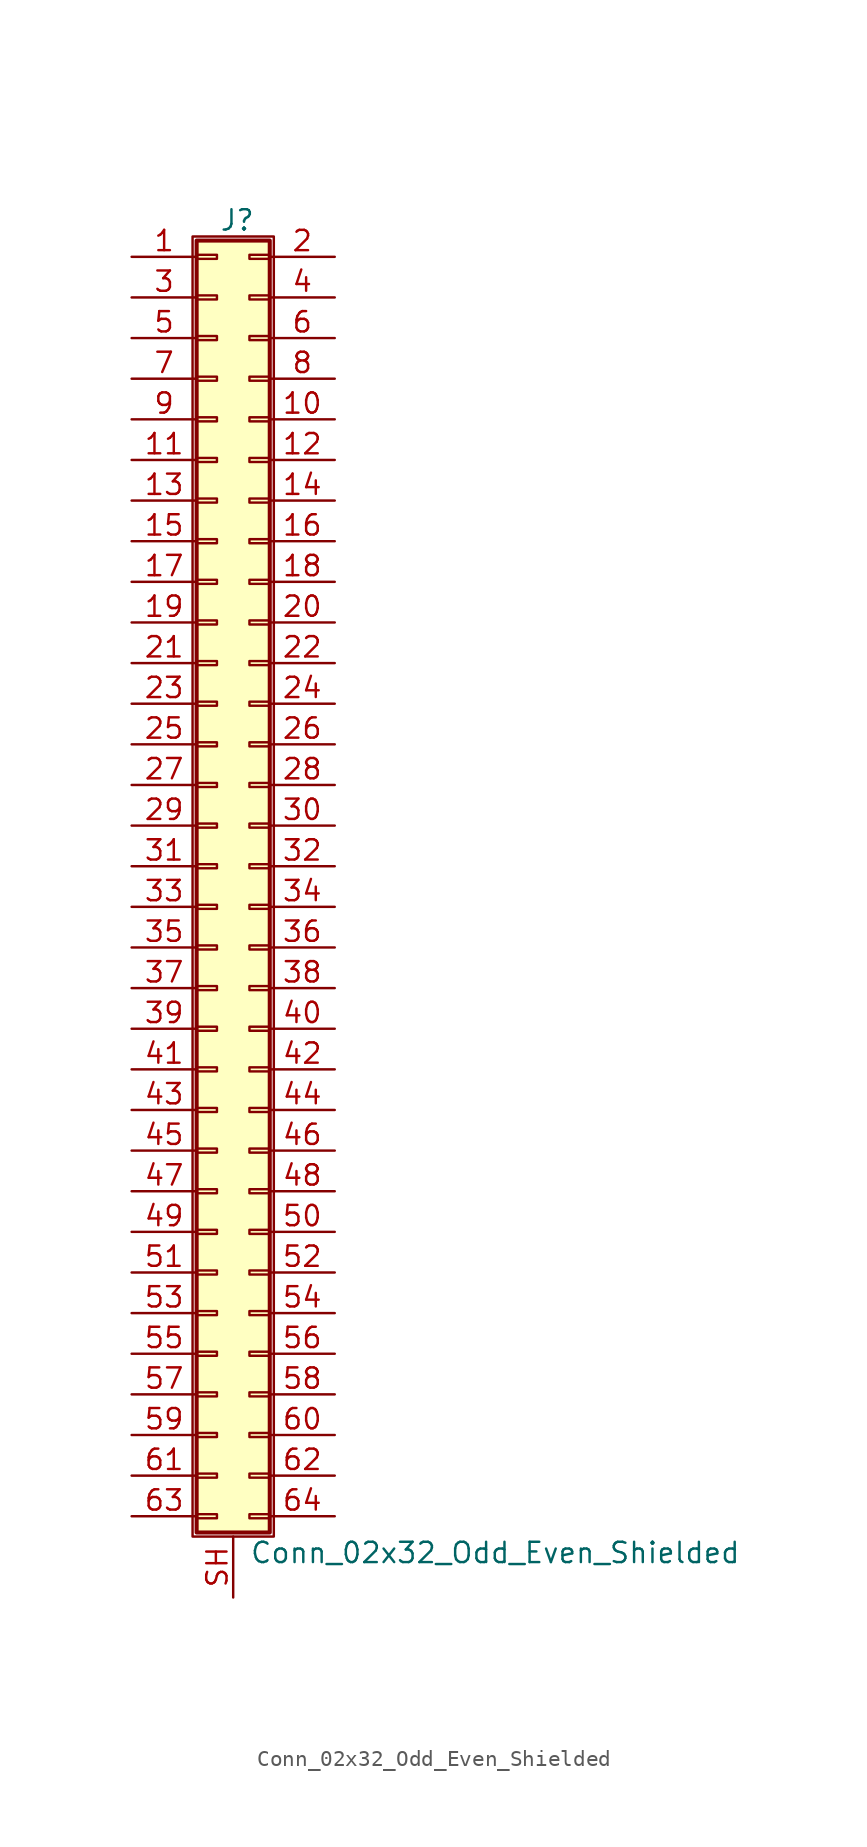
<source format=kicad_sym>
(kicad_symbol_lib
  (version 20201005)
  (generator kicad_symbol_editor)
  (symbol "Connector_Generic_Shielded:Conn_02x32_Odd_Even_Shielded"
    (pin_names
      (offset 1.016) hide)
    (property "Reference" "J"
      (at 1.524 40.386 0)
      (effects (font (size 1.27 1.27))))
    (property "Value" "Conn_02x32_Odd_Even_Shielded"
      (at 2.286 -42.926 0)
      (effects (font (size 1.27 1.27)) (justify left)))
    (symbol "Conn_02x32_Odd_Even_Shielded_1_1"
      (rectangle (start -1.016 -27.813) (end 0.254 -28.067) (stroke (width 0.152)) (fill (type none)))
      (rectangle (start -1.016 -30.353) (end 0.254 -30.607) (stroke (width 0.152)) (fill (type none)))
      (rectangle (start -1.016 -32.893) (end 0.254 -33.147) (stroke (width 0.152)) (fill (type none)))
      (rectangle (start -1.016 -35.433) (end 0.254 -35.687) (stroke (width 0.152)) (fill (type none)))
      (rectangle (start -1.016 -37.973) (end 0.254 -38.227) (stroke (width 0.152)) (fill (type none)))
      (rectangle (start -1.016 -40.513) (end 0.254 -40.767) (stroke (width 0.152)) (fill (type none)))
      (rectangle (start -1.016 -4.953) (end 0.254 -5.207) (stroke (width 0.152)) (fill (type none)))
      (rectangle (start -1.016 -7.493) (end 0.254 -7.747) (stroke (width 0.152)) (fill (type none)))
      (rectangle (start -1.016 -10.033) (end 0.254 -10.287) (stroke (width 0.152)) (fill (type none)))
      (rectangle (start -1.016 -12.573) (end 0.254 -12.827) (stroke (width 0.152)) (fill (type none)))
      (rectangle (start -1.016 -15.113) (end 0.254 -15.367) (stroke (width 0.152)) (fill (type none)))
      (rectangle (start -1.016 -17.653) (end 0.254 -17.907) (stroke (width 0.152)) (fill (type none)))
      (rectangle (start -1.016 -20.193) (end 0.254 -20.447) (stroke (width 0.152)) (fill (type none)))
      (rectangle (start -1.016 -22.733) (end 0.254 -22.987) (stroke (width 0.152)) (fill (type none)))
      (rectangle (start -1.016 -2.413) (end 0.254 -2.667) (stroke (width 0.152)) (fill (type none)))
      (rectangle (start -1.016 -25.273) (end 0.254 -25.527) (stroke (width 0.152)) (fill (type none)))
      (rectangle (start -1.016 25.527) (end 0.254 25.273) (stroke (width 0.152)) (fill (type none)))
      (rectangle (start -1.016 2.667) (end 0.254 2.413) (stroke (width 0.152)) (fill (type none)))
      (rectangle (start -1.016 28.067) (end 0.254 27.813) (stroke (width 0.152)) (fill (type none)))
      (rectangle (start -1.016 30.607) (end 0.254 30.353) (stroke (width 0.152)) (fill (type none)))
      (rectangle (start -1.016 33.147) (end 0.254 32.893) (stroke (width 0.152)) (fill (type none)))
      (rectangle (start -1.016 35.687) (end 0.254 35.433) (stroke (width 0.152)) (fill (type none)))
      (rectangle (start -1.016 38.227) (end 0.254 37.973) (stroke (width 0.152)) (fill (type none)))
      (rectangle (start -1.016 39.116) (end 3.556 -41.656) (stroke (width 0.254)) (fill (type background)))
      (rectangle (start -1.016 5.207) (end 0.254 4.953) (stroke (width 0.152)) (fill (type none)))
      (rectangle (start -1.016 7.747) (end 0.254 7.493) (stroke (width 0.152)) (fill (type none)))
      (rectangle (start -1.016 10.287) (end 0.254 10.033) (stroke (width 0.152)) (fill (type none)))
      (rectangle (start -1.016 0.127) (end 0.254 -0.127) (stroke (width 0.152)) (fill (type none)))
      (rectangle (start -1.016 12.827) (end 0.254 12.573) (stroke (width 0.152)) (fill (type none)))
      (rectangle (start -1.016 15.367) (end 0.254 15.113) (stroke (width 0.152)) (fill (type none)))
      (rectangle (start -1.016 17.907) (end 0.254 17.653) (stroke (width 0.152)) (fill (type none)))
      (rectangle (start -1.016 20.447) (end 0.254 20.193) (stroke (width 0.152)) (fill (type none)))
      (rectangle (start -1.016 22.987) (end 0.254 22.733) (stroke (width 0.152)) (fill (type none)))
      (rectangle (start -1.27 39.37) (end 3.81 -41.91) (stroke (width 0.152)) (fill (type none)))
      (rectangle (start 3.556 -27.813) (end 2.286 -28.067) (stroke (width 0.152)) (fill (type none)))
      (rectangle (start 3.556 -30.353) (end 2.286 -30.607) (stroke (width 0.152)) (fill (type none)))
      (rectangle (start 3.556 -32.893) (end 2.286 -33.147) (stroke (width 0.152)) (fill (type none)))
      (rectangle (start 3.556 -35.433) (end 2.286 -35.687) (stroke (width 0.152)) (fill (type none)))
      (rectangle (start 3.556 -37.973) (end 2.286 -38.227) (stroke (width 0.152)) (fill (type none)))
      (rectangle (start 3.556 -40.513) (end 2.286 -40.767) (stroke (width 0.152)) (fill (type none)))
      (rectangle (start 3.556 -4.953) (end 2.286 -5.207) (stroke (width 0.152)) (fill (type none)))
      (rectangle (start 3.556 -7.493) (end 2.286 -7.747) (stroke (width 0.152)) (fill (type none)))
      (rectangle (start 3.556 -10.033) (end 2.286 -10.287) (stroke (width 0.152)) (fill (type none)))
      (rectangle (start 3.556 -12.573) (end 2.286 -12.827) (stroke (width 0.152)) (fill (type none)))
      (rectangle (start 3.556 -15.113) (end 2.286 -15.367) (stroke (width 0.152)) (fill (type none)))
      (rectangle (start 3.556 -17.653) (end 2.286 -17.907) (stroke (width 0.152)) (fill (type none)))
      (rectangle (start 3.556 -20.193) (end 2.286 -20.447) (stroke (width 0.152)) (fill (type none)))
      (rectangle (start 3.556 -22.733) (end 2.286 -22.987) (stroke (width 0.152)) (fill (type none)))
      (rectangle (start 3.556 -2.413) (end 2.286 -2.667) (stroke (width 0.152)) (fill (type none)))
      (rectangle (start 3.556 -25.273) (end 2.286 -25.527) (stroke (width 0.152)) (fill (type none)))
      (rectangle (start 3.556 25.527) (end 2.286 25.273) (stroke (width 0.152)) (fill (type none)))
      (rectangle (start 3.556 2.667) (end 2.286 2.413) (stroke (width 0.152)) (fill (type none)))
      (rectangle (start 3.556 28.067) (end 2.286 27.813) (stroke (width 0.152)) (fill (type none)))
      (rectangle (start 3.556 30.607) (end 2.286 30.353) (stroke (width 0.152)) (fill (type none)))
      (rectangle (start 3.556 33.147) (end 2.286 32.893) (stroke (width 0.152)) (fill (type none)))
      (rectangle (start 3.556 35.687) (end 2.286 35.433) (stroke (width 0.152)) (fill (type none)))
      (rectangle (start 3.556 38.227) (end 2.286 37.973) (stroke (width 0.152)) (fill (type none)))
      (rectangle (start 3.556 5.207) (end 2.286 4.953) (stroke (width 0.152)) (fill (type none)))
      (rectangle (start 3.556 7.747) (end 2.286 7.493) (stroke (width 0.152)) (fill (type none)))
      (rectangle (start 3.556 10.287) (end 2.286 10.033) (stroke (width 0.152)) (fill (type none)))
      (rectangle (start 3.556 0.127) (end 2.286 -0.127) (stroke (width 0.152)) (fill (type none)))
      (rectangle (start 3.556 12.827) (end 2.286 12.573) (stroke (width 0.152)) (fill (type none)))
      (rectangle (start 3.556 15.367) (end 2.286 15.113) (stroke (width 0.152)) (fill (type none)))
      (rectangle (start 3.556 17.907) (end 2.286 17.653) (stroke (width 0.152)) (fill (type none)))
      (rectangle (start 3.556 20.447) (end 2.286 20.193) (stroke (width 0.152)) (fill (type none)))
      (rectangle (start 3.556 22.987) (end 2.286 22.733) (stroke (width 0.152)) (fill (type none)))
      (pin passive line (at -5.08 38.1 0) (length 4.064) (name "Pin_1" (effects (font (size 1.27 1.27)))) (number "1" (effects (font (size 1.27 1.27)))))
      (pin passive line (at 7.62 27.94 180) (length 4.064) (name "Pin_10" (effects (font (size 1.27 1.27)))) (number "10" (effects (font (size 1.27 1.27)))))
      (pin passive line (at -5.08 25.4 0) (length 4.064) (name "Pin_11" (effects (font (size 1.27 1.27)))) (number "11" (effects (font (size 1.27 1.27)))))
      (pin passive line (at 7.62 25.4 180) (length 4.064) (name "Pin_12" (effects (font (size 1.27 1.27)))) (number "12" (effects (font (size 1.27 1.27)))))
      (pin passive line (at -5.08 22.86 0) (length 4.064) (name "Pin_13" (effects (font (size 1.27 1.27)))) (number "13" (effects (font (size 1.27 1.27)))))
      (pin passive line (at 7.62 22.86 180) (length 4.064) (name "Pin_14" (effects (font (size 1.27 1.27)))) (number "14" (effects (font (size 1.27 1.27)))))
      (pin passive line (at -5.08 20.32 0) (length 4.064) (name "Pin_15" (effects (font (size 1.27 1.27)))) (number "15" (effects (font (size 1.27 1.27)))))
      (pin passive line (at 7.62 20.32 180) (length 4.064) (name "Pin_16" (effects (font (size 1.27 1.27)))) (number "16" (effects (font (size 1.27 1.27)))))
      (pin passive line (at -5.08 17.78 0) (length 4.064) (name "Pin_17" (effects (font (size 1.27 1.27)))) (number "17" (effects (font (size 1.27 1.27)))))
      (pin passive line (at 7.62 17.78 180) (length 4.064) (name "Pin_18" (effects (font (size 1.27 1.27)))) (number "18" (effects (font (size 1.27 1.27)))))
      (pin passive line (at -5.08 15.24 0) (length 4.064) (name "Pin_19" (effects (font (size 1.27 1.27)))) (number "19" (effects (font (size 1.27 1.27)))))
      (pin passive line (at 7.62 38.1 180) (length 4.064) (name "Pin_2" (effects (font (size 1.27 1.27)))) (number "2" (effects (font (size 1.27 1.27)))))
      (pin passive line (at 7.62 15.24 180) (length 4.064) (name "Pin_20" (effects (font (size 1.27 1.27)))) (number "20" (effects (font (size 1.27 1.27)))))
      (pin passive line (at -5.08 12.7 0) (length 4.064) (name "Pin_21" (effects (font (size 1.27 1.27)))) (number "21" (effects (font (size 1.27 1.27)))))
      (pin passive line (at 7.62 12.7 180) (length 4.064) (name "Pin_22" (effects (font (size 1.27 1.27)))) (number "22" (effects (font (size 1.27 1.27)))))
      (pin passive line (at -5.08 10.16 0) (length 4.064) (name "Pin_23" (effects (font (size 1.27 1.27)))) (number "23" (effects (font (size 1.27 1.27)))))
      (pin passive line (at 7.62 10.16 180) (length 4.064) (name "Pin_24" (effects (font (size 1.27 1.27)))) (number "24" (effects (font (size 1.27 1.27)))))
      (pin passive line (at -5.08 7.62 0) (length 4.064) (name "Pin_25" (effects (font (size 1.27 1.27)))) (number "25" (effects (font (size 1.27 1.27)))))
      (pin passive line (at 7.62 7.62 180) (length 4.064) (name "Pin_26" (effects (font (size 1.27 1.27)))) (number "26" (effects (font (size 1.27 1.27)))))
      (pin passive line (at -5.08 5.08 0) (length 4.064) (name "Pin_27" (effects (font (size 1.27 1.27)))) (number "27" (effects (font (size 1.27 1.27)))))
      (pin passive line (at 7.62 5.08 180) (length 4.064) (name "Pin_28" (effects (font (size 1.27 1.27)))) (number "28" (effects (font (size 1.27 1.27)))))
      (pin passive line (at -5.08 2.54 0) (length 4.064) (name "Pin_29" (effects (font (size 1.27 1.27)))) (number "29" (effects (font (size 1.27 1.27)))))
      (pin passive line (at -5.08 35.56 0) (length 4.064) (name "Pin_3" (effects (font (size 1.27 1.27)))) (number "3" (effects (font (size 1.27 1.27)))))
      (pin passive line (at 7.62 2.54 180) (length 4.064) (name "Pin_30" (effects (font (size 1.27 1.27)))) (number "30" (effects (font (size 1.27 1.27)))))
      (pin passive line (at -5.08 0 0) (length 4.064) (name "Pin_31" (effects (font (size 1.27 1.27)))) (number "31" (effects (font (size 1.27 1.27)))))
      (pin passive line (at 7.62 0 180) (length 4.064) (name "Pin_32" (effects (font (size 1.27 1.27)))) (number "32" (effects (font (size 1.27 1.27)))))
      (pin passive line (at -5.08 -2.54 0) (length 4.064) (name "Pin_33" (effects (font (size 1.27 1.27)))) (number "33" (effects (font (size 1.27 1.27)))))
      (pin passive line (at 7.62 -2.54 180) (length 4.064) (name "Pin_34" (effects (font (size 1.27 1.27)))) (number "34" (effects (font (size 1.27 1.27)))))
      (pin passive line (at -5.08 -5.08 0) (length 4.064) (name "Pin_35" (effects (font (size 1.27 1.27)))) (number "35" (effects (font (size 1.27 1.27)))))
      (pin passive line (at 7.62 -5.08 180) (length 4.064) (name "Pin_36" (effects (font (size 1.27 1.27)))) (number "36" (effects (font (size 1.27 1.27)))))
      (pin passive line (at -5.08 -7.62 0) (length 4.064) (name "Pin_37" (effects (font (size 1.27 1.27)))) (number "37" (effects (font (size 1.27 1.27)))))
      (pin passive line (at 7.62 -7.62 180) (length 4.064) (name "Pin_38" (effects (font (size 1.27 1.27)))) (number "38" (effects (font (size 1.27 1.27)))))
      (pin passive line (at -5.08 -10.16 0) (length 4.064) (name "Pin_39" (effects (font (size 1.27 1.27)))) (number "39" (effects (font (size 1.27 1.27)))))
      (pin passive line (at 7.62 35.56 180) (length 4.064) (name "Pin_4" (effects (font (size 1.27 1.27)))) (number "4" (effects (font (size 1.27 1.27)))))
      (pin passive line (at 7.62 -10.16 180) (length 4.064) (name "Pin_40" (effects (font (size 1.27 1.27)))) (number "40" (effects (font (size 1.27 1.27)))))
      (pin passive line (at -5.08 -12.7 0) (length 4.064) (name "Pin_41" (effects (font (size 1.27 1.27)))) (number "41" (effects (font (size 1.27 1.27)))))
      (pin passive line (at 7.62 -12.7 180) (length 4.064) (name "Pin_42" (effects (font (size 1.27 1.27)))) (number "42" (effects (font (size 1.27 1.27)))))
      (pin passive line (at -5.08 -15.24 0) (length 4.064) (name "Pin_43" (effects (font (size 1.27 1.27)))) (number "43" (effects (font (size 1.27 1.27)))))
      (pin passive line (at 7.62 -15.24 180) (length 4.064) (name "Pin_44" (effects (font (size 1.27 1.27)))) (number "44" (effects (font (size 1.27 1.27)))))
      (pin passive line (at -5.08 -17.78 0) (length 4.064) (name "Pin_45" (effects (font (size 1.27 1.27)))) (number "45" (effects (font (size 1.27 1.27)))))
      (pin passive line (at 7.62 -17.78 180) (length 4.064) (name "Pin_46" (effects (font (size 1.27 1.27)))) (number "46" (effects (font (size 1.27 1.27)))))
      (pin passive line (at -5.08 -20.32 0) (length 4.064) (name "Pin_47" (effects (font (size 1.27 1.27)))) (number "47" (effects (font (size 1.27 1.27)))))
      (pin passive line (at 7.62 -20.32 180) (length 4.064) (name "Pin_48" (effects (font (size 1.27 1.27)))) (number "48" (effects (font (size 1.27 1.27)))))
      (pin passive line (at -5.08 -22.86 0) (length 4.064) (name "Pin_49" (effects (font (size 1.27 1.27)))) (number "49" (effects (font (size 1.27 1.27)))))
      (pin passive line (at -5.08 33.02 0) (length 4.064) (name "Pin_5" (effects (font (size 1.27 1.27)))) (number "5" (effects (font (size 1.27 1.27)))))
      (pin passive line (at 7.62 -22.86 180) (length 4.064) (name "Pin_50" (effects (font (size 1.27 1.27)))) (number "50" (effects (font (size 1.27 1.27)))))
      (pin passive line (at -5.08 -25.4 0) (length 4.064) (name "Pin_51" (effects (font (size 1.27 1.27)))) (number "51" (effects (font (size 1.27 1.27)))))
      (pin passive line (at 7.62 -25.4 180) (length 4.064) (name "Pin_52" (effects (font (size 1.27 1.27)))) (number "52" (effects (font (size 1.27 1.27)))))
      (pin passive line (at -5.08 -27.94 0) (length 4.064) (name "Pin_53" (effects (font (size 1.27 1.27)))) (number "53" (effects (font (size 1.27 1.27)))))
      (pin passive line (at 7.62 -27.94 180) (length 4.064) (name "Pin_54" (effects (font (size 1.27 1.27)))) (number "54" (effects (font (size 1.27 1.27)))))
      (pin passive line (at -5.08 -30.48 0) (length 4.064) (name "Pin_55" (effects (font (size 1.27 1.27)))) (number "55" (effects (font (size 1.27 1.27)))))
      (pin passive line (at 7.62 -30.48 180) (length 4.064) (name "Pin_56" (effects (font (size 1.27 1.27)))) (number "56" (effects (font (size 1.27 1.27)))))
      (pin passive line (at -5.08 -33.02 0) (length 4.064) (name "Pin_57" (effects (font (size 1.27 1.27)))) (number "57" (effects (font (size 1.27 1.27)))))
      (pin passive line (at 7.62 -33.02 180) (length 4.064) (name "Pin_58" (effects (font (size 1.27 1.27)))) (number "58" (effects (font (size 1.27 1.27)))))
      (pin passive line (at -5.08 -35.56 0) (length 4.064) (name "Pin_59" (effects (font (size 1.27 1.27)))) (number "59" (effects (font (size 1.27 1.27)))))
      (pin passive line (at 7.62 33.02 180) (length 4.064) (name "Pin_6" (effects (font (size 1.27 1.27)))) (number "6" (effects (font (size 1.27 1.27)))))
      (pin passive line (at 7.62 -35.56 180) (length 4.064) (name "Pin_60" (effects (font (size 1.27 1.27)))) (number "60" (effects (font (size 1.27 1.27)))))
      (pin passive line (at -5.08 -38.1 0) (length 4.064) (name "Pin_61" (effects (font (size 1.27 1.27)))) (number "61" (effects (font (size 1.27 1.27)))))
      (pin passive line (at 7.62 -38.1 180) (length 4.064) (name "Pin_62" (effects (font (size 1.27 1.27)))) (number "62" (effects (font (size 1.27 1.27)))))
      (pin passive line (at -5.08 -40.64 0) (length 4.064) (name "Pin_63" (effects (font (size 1.27 1.27)))) (number "63" (effects (font (size 1.27 1.27)))))
      (pin passive line (at 7.62 -40.64 180) (length 4.064) (name "Pin_64" (effects (font (size 1.27 1.27)))) (number "64" (effects (font (size 1.27 1.27)))))
      (pin passive line (at -5.08 30.48 0) (length 4.064) (name "Pin_7" (effects (font (size 1.27 1.27)))) (number "7" (effects (font (size 1.27 1.27)))))
      (pin passive line (at 7.62 30.48 180) (length 4.064) (name "Pin_8" (effects (font (size 1.27 1.27)))) (number "8" (effects (font (size 1.27 1.27)))))
      (pin passive line (at -5.08 27.94 0) (length 4.064) (name "Pin_9" (effects (font (size 1.27 1.27)))) (number "9" (effects (font (size 1.27 1.27)))))
      (pin passive line (at 1.27 -45.72 90) (length 3.81) (name "Shield" (effects (font (size 1.27 1.27)))) (number "SH" (effects (font (size 1.27 1.27))))))))
</source>
